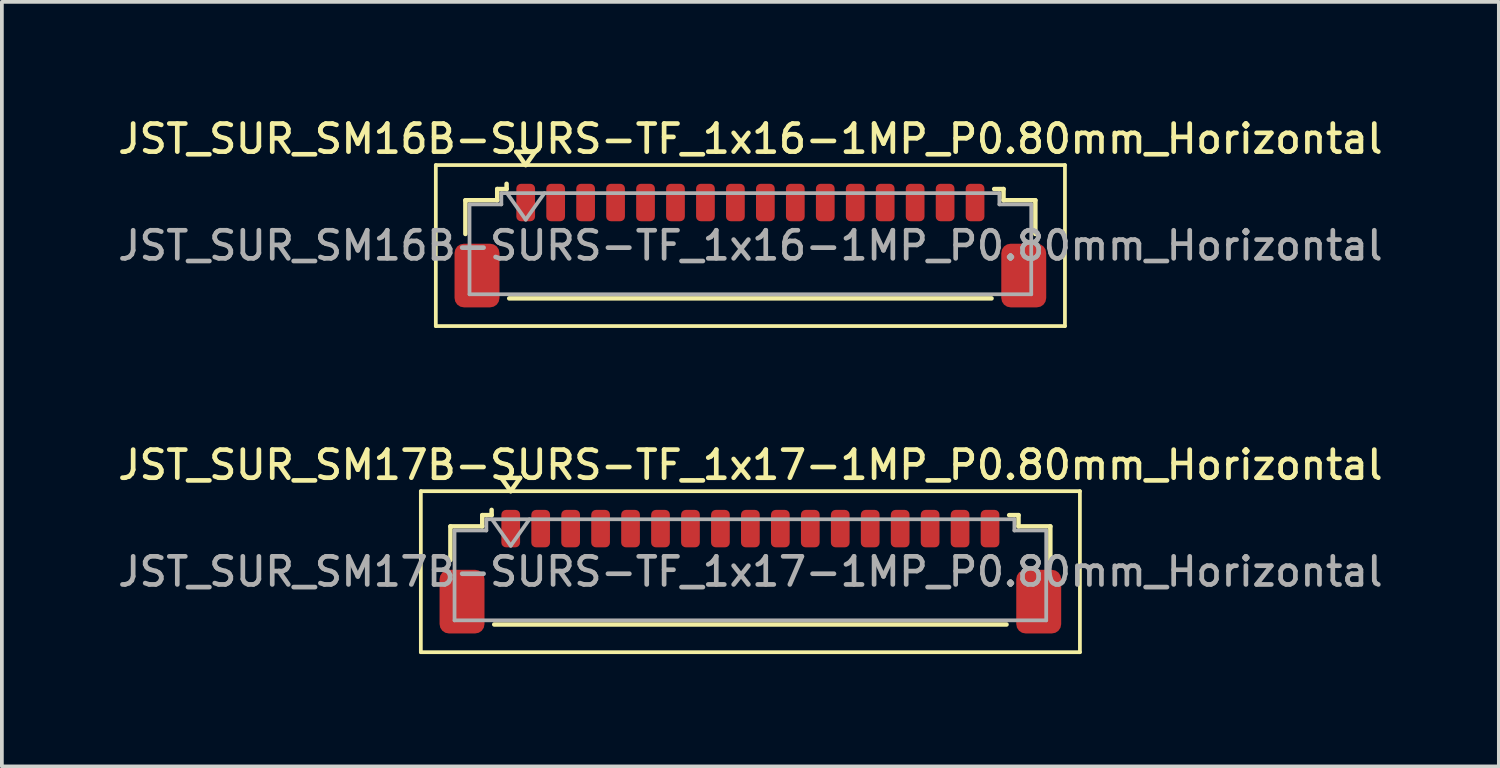
<source format=kicad_pcb>
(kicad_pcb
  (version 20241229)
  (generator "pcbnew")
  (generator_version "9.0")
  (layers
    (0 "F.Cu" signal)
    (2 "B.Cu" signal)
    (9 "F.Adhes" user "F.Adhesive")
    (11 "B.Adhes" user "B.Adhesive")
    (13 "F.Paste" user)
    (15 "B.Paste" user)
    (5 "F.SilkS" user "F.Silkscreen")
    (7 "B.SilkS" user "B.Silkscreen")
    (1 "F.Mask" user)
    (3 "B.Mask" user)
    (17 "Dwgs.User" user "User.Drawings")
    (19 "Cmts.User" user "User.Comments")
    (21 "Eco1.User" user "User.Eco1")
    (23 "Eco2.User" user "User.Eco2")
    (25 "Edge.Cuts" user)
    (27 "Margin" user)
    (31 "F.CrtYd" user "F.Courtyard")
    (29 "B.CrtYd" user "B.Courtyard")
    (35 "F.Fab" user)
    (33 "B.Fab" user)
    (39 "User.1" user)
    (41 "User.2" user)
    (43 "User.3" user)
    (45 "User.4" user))
  (footprint "JST_SUR_SM16B-SURS-TF_1x16-1MP_P0.80mm_Horizontal"
    (layer "F.Cu")
    (at 16.988 3.508)
    (property "Reference" "JST_SUR_SM16B-SURS-TF_1x16-1MP_P0.80mm_Horizontal" (at 0 -2.85 0) (layer "F.SilkS") (effects (font (size 0.75 0.75) (thickness 0.125))))
    (attr smd)
    (fp_line (start -8.4 -2.15) (end -8.4 2.15) (stroke (width 0.1) (type solid)) (layer "F.SilkS"))
    (fp_line (start -8.4 2.15) (end 8.4 2.15) (stroke (width 0.1) (type solid)) (layer "F.SilkS"))
    (fp_line (start -7.61 -1.21) (end -6.76 -1.21) (stroke (width 0.12) (type solid)) (layer "F.SilkS"))
    (fp_line (start -7.61 -0.31) (end -7.61 -1.21) (stroke (width 0.12) (type solid)) (layer "F.SilkS"))
    (fp_line (start -6.76 -1.51) (end -6.51 -1.51) (stroke (width 0.12) (type solid)) (layer "F.SilkS"))
    (fp_line (start -6.76 -1.21) (end -6.76 -1.51) (stroke (width 0.12) (type solid)) (layer "F.SilkS"))
    (fp_line (start -6.51 -1.51) (end -6.51 -1.65) (stroke (width 0.12) (type solid)) (layer "F.SilkS"))
    (fp_line (start -6.44 1.41) (end 6.44 1.41) (stroke (width 0.12) (type solid)) (layer "F.SilkS"))
    (fp_line (start -6.25 -2.504) (end -6 -2.15) (stroke (width 0.12) (type solid)) (layer "F.SilkS"))
    (fp_line (start -6 -2.15) (end -5.75 -2.504) (stroke (width 0.12) (type solid)) (layer "F.SilkS"))
    (fp_line (start -5.75 -2.504) (end -6.25 -2.504) (stroke (width 0.12) (type solid)) (layer "F.SilkS"))
    (fp_line (start 6.76 -1.51) (end 6.51 -1.51) (stroke (width 0.12) (type solid)) (layer "F.SilkS"))
    (fp_line (start 6.76 -1.21) (end 6.76 -1.51) (stroke (width 0.12) (type solid)) (layer "F.SilkS"))
    (fp_line (start 7.61 -1.21) (end 6.76 -1.21) (stroke (width 0.12) (type solid)) (layer "F.SilkS"))
    (fp_line (start 7.61 -0.31) (end 7.61 -1.21) (stroke (width 0.12) (type solid)) (layer "F.SilkS"))
    (fp_line (start 8.4 -2.15) (end -8.4 -2.15) (stroke (width 0.1) (type solid)) (layer "F.SilkS"))
    (fp_line (start 8.4 2.15) (end 8.4 -2.15) (stroke (width 0.1) (type solid)) (layer "F.SilkS"))
    (fp_line (start -7.5 -1.1) (end -7.5 1.3) (stroke (width 0.1) (type solid)) (layer "F.Fab"))
    (fp_line (start -7.5 -1.1) (end -6.65 -1.1) (stroke (width 0.1) (type solid)) (layer "F.Fab"))
    (fp_line (start -7.5 1.3) (end 7.5 1.3) (stroke (width 0.1) (type solid)) (layer "F.Fab"))
    (fp_line (start -6.65 -1.4) (end 6.65 -1.4) (stroke (width 0.1) (type solid)) (layer "F.Fab"))
    (fp_line (start -6.65 -1.1) (end -6.65 -1.4) (stroke (width 0.1) (type solid)) (layer "F.Fab"))
    (fp_line (start -6.5 -1.4) (end -6 -0.693) (stroke (width 0.1) (type solid)) (layer "F.Fab"))
    (fp_line (start -6 -0.693) (end -5.5 -1.4) (stroke (width 0.1) (type solid)) (layer "F.Fab"))
    (fp_line (start 6.65 -1.4) (end 6.65 -1.1) (stroke (width 0.1) (type solid)) (layer "F.Fab"))
    (fp_line (start 6.65 -1.1) (end 7.5 -1.1) (stroke (width 0.1) (type solid)) (layer "F.Fab"))
    (fp_line (start 7.5 -1.1) (end 7.5 1.3) (stroke (width 0.1) (type solid)) (layer "F.Fab"))
    (fp_text user "${REFERENCE}" (at 0 0 0) (layer "F.Fab") (effects (font (size 0.75 0.75) (thickness 0.125))))
    (pad "1" smd roundrect (at -6 -1.15) (size 0.5 1) (layers "F.Cu" "F.Mask" "F.Paste") (roundrect_rratio 0.25))
    (pad "2" smd roundrect (at -5.2 -1.15) (size 0.5 1) (layers "F.Cu" "F.Mask" "F.Paste") (roundrect_rratio 0.25))
    (pad "3" smd roundrect (at -4.4 -1.15) (size 0.5 1) (layers "F.Cu" "F.Mask" "F.Paste") (roundrect_rratio 0.25))
    (pad "4" smd roundrect (at -3.6 -1.15) (size 0.5 1) (layers "F.Cu" "F.Mask" "F.Paste") (roundrect_rratio 0.25))
    (pad "5" smd roundrect (at -2.8 -1.15) (size 0.5 1) (layers "F.Cu" "F.Mask" "F.Paste") (roundrect_rratio 0.25))
    (pad "6" smd roundrect (at -2 -1.15) (size 0.5 1) (layers "F.Cu" "F.Mask" "F.Paste") (roundrect_rratio 0.25))
    (pad "7" smd roundrect (at -1.2 -1.15) (size 0.5 1) (layers "F.Cu" "F.Mask" "F.Paste") (roundrect_rratio 0.25))
    (pad "8" smd roundrect (at -0.4 -1.15) (size 0.5 1) (layers "F.Cu" "F.Mask" "F.Paste") (roundrect_rratio 0.25))
    (pad "9" smd roundrect (at 0.4 -1.15) (size 0.5 1) (layers "F.Cu" "F.Mask" "F.Paste") (roundrect_rratio 0.25))
    (pad "10" smd roundrect (at 1.2 -1.15) (size 0.5 1) (layers "F.Cu" "F.Mask" "F.Paste") (roundrect_rratio 0.25))
    (pad "11" smd roundrect (at 2 -1.15) (size 0.5 1) (layers "F.Cu" "F.Mask" "F.Paste") (roundrect_rratio 0.25))
    (pad "12" smd roundrect (at 2.8 -1.15) (size 0.5 1) (layers "F.Cu" "F.Mask" "F.Paste") (roundrect_rratio 0.25))
    (pad "13" smd roundrect (at 3.6 -1.15) (size 0.5 1) (layers "F.Cu" "F.Mask" "F.Paste") (roundrect_rratio 0.25))
    (pad "14" smd roundrect (at 4.4 -1.15) (size 0.5 1) (layers "F.Cu" "F.Mask" "F.Paste") (roundrect_rratio 0.25))
    (pad "15" smd roundrect (at 5.2 -1.15) (size 0.5 1) (layers "F.Cu" "F.Mask" "F.Paste") (roundrect_rratio 0.25))
    (pad "16" smd roundrect (at 6 -1.15) (size 0.5 1) (layers "F.Cu" "F.Mask" "F.Paste") (roundrect_rratio 0.25))
    (pad "MP" smd roundrect (at -7.3 0.8) (size 1.2 1.7) (layers "F.Cu" "F.Mask" "F.Paste") (roundrect_rratio 0.208))
    (pad "MP" smd roundrect (at 7.3 0.8) (size 1.2 1.7) (layers "F.Cu" "F.Mask" "F.Paste") (roundrect_rratio 0.208)))
  (footprint "JST_SUR_SM17B-SURS-TF_1x17-1MP_P0.80mm_Horizontal"
    (layer "F.Cu")
    (at 16.988 12.216)
    (property "Reference" "JST_SUR_SM17B-SURS-TF_1x17-1MP_P0.80mm_Horizontal" (at 0 -2.85 0) (layer "F.SilkS") (effects (font (size 0.75 0.75) (thickness 0.125))))
    (attr smd)
    (fp_line (start -8.8 -2.15) (end -8.8 2.15) (stroke (width 0.1) (type solid)) (layer "F.SilkS"))
    (fp_line (start -8.8 2.15) (end 8.8 2.15) (stroke (width 0.1) (type solid)) (layer "F.SilkS"))
    (fp_line (start -8.01 -1.21) (end -7.16 -1.21) (stroke (width 0.12) (type solid)) (layer "F.SilkS"))
    (fp_line (start -8.01 -0.31) (end -8.01 -1.21) (stroke (width 0.12) (type solid)) (layer "F.SilkS"))
    (fp_line (start -7.16 -1.51) (end -6.91 -1.51) (stroke (width 0.12) (type solid)) (layer "F.SilkS"))
    (fp_line (start -7.16 -1.21) (end -7.16 -1.51) (stroke (width 0.12) (type solid)) (layer "F.SilkS"))
    (fp_line (start -6.91 -1.51) (end -6.91 -1.65) (stroke (width 0.12) (type solid)) (layer "F.SilkS"))
    (fp_line (start -6.84 1.41) (end 6.84 1.41) (stroke (width 0.12) (type solid)) (layer "F.SilkS"))
    (fp_line (start -6.65 -2.504) (end -6.4 -2.15) (stroke (width 0.12) (type solid)) (layer "F.SilkS"))
    (fp_line (start -6.4 -2.15) (end -6.15 -2.504) (stroke (width 0.12) (type solid)) (layer "F.SilkS"))
    (fp_line (start -6.15 -2.504) (end -6.65 -2.504) (stroke (width 0.12) (type solid)) (layer "F.SilkS"))
    (fp_line (start 7.16 -1.51) (end 6.91 -1.51) (stroke (width 0.12) (type solid)) (layer "F.SilkS"))
    (fp_line (start 7.16 -1.21) (end 7.16 -1.51) (stroke (width 0.12) (type solid)) (layer "F.SilkS"))
    (fp_line (start 8.01 -1.21) (end 7.16 -1.21) (stroke (width 0.12) (type solid)) (layer "F.SilkS"))
    (fp_line (start 8.01 -0.31) (end 8.01 -1.21) (stroke (width 0.12) (type solid)) (layer "F.SilkS"))
    (fp_line (start 8.8 -2.15) (end -8.8 -2.15) (stroke (width 0.1) (type solid)) (layer "F.SilkS"))
    (fp_line (start 8.8 2.15) (end 8.8 -2.15) (stroke (width 0.1) (type solid)) (layer "F.SilkS"))
    (fp_line (start -7.9 -1.1) (end -7.9 1.3) (stroke (width 0.1) (type solid)) (layer "F.Fab"))
    (fp_line (start -7.9 -1.1) (end -7.05 -1.1) (stroke (width 0.1) (type solid)) (layer "F.Fab"))
    (fp_line (start -7.9 1.3) (end 7.9 1.3) (stroke (width 0.1) (type solid)) (layer "F.Fab"))
    (fp_line (start -7.05 -1.4) (end 7.05 -1.4) (stroke (width 0.1) (type solid)) (layer "F.Fab"))
    (fp_line (start -7.05 -1.1) (end -7.05 -1.4) (stroke (width 0.1) (type solid)) (layer "F.Fab"))
    (fp_line (start -6.9 -1.4) (end -6.4 -0.693) (stroke (width 0.1) (type solid)) (layer "F.Fab"))
    (fp_line (start -6.4 -0.693) (end -5.9 -1.4) (stroke (width 0.1) (type solid)) (layer "F.Fab"))
    (fp_line (start 7.05 -1.4) (end 7.05 -1.1) (stroke (width 0.1) (type solid)) (layer "F.Fab"))
    (fp_line (start 7.05 -1.1) (end 7.9 -1.1) (stroke (width 0.1) (type solid)) (layer "F.Fab"))
    (fp_line (start 7.9 -1.1) (end 7.9 1.3) (stroke (width 0.1) (type solid)) (layer "F.Fab"))
    (fp_text user "${REFERENCE}" (at 0 0 0) (layer "F.Fab") (effects (font (size 0.75 0.75) (thickness 0.125))))
    (pad "1" smd roundrect (at -6.4 -1.15) (size 0.5 1) (layers "F.Cu" "F.Mask" "F.Paste") (roundrect_rratio 0.25))
    (pad "2" smd roundrect (at -5.6 -1.15) (size 0.5 1) (layers "F.Cu" "F.Mask" "F.Paste") (roundrect_rratio 0.25))
    (pad "3" smd roundrect (at -4.8 -1.15) (size 0.5 1) (layers "F.Cu" "F.Mask" "F.Paste") (roundrect_rratio 0.25))
    (pad "4" smd roundrect (at -4 -1.15) (size 0.5 1) (layers "F.Cu" "F.Mask" "F.Paste") (roundrect_rratio 0.25))
    (pad "5" smd roundrect (at -3.2 -1.15) (size 0.5 1) (layers "F.Cu" "F.Mask" "F.Paste") (roundrect_rratio 0.25))
    (pad "6" smd roundrect (at -2.4 -1.15) (size 0.5 1) (layers "F.Cu" "F.Mask" "F.Paste") (roundrect_rratio 0.25))
    (pad "7" smd roundrect (at -1.6 -1.15) (size 0.5 1) (layers "F.Cu" "F.Mask" "F.Paste") (roundrect_rratio 0.25))
    (pad "8" smd roundrect (at -0.8 -1.15) (size 0.5 1) (layers "F.Cu" "F.Mask" "F.Paste") (roundrect_rratio 0.25))
    (pad "9" smd roundrect (at 0 -1.15) (size 0.5 1) (layers "F.Cu" "F.Mask" "F.Paste") (roundrect_rratio 0.25))
    (pad "10" smd roundrect (at 0.8 -1.15) (size 0.5 1) (layers "F.Cu" "F.Mask" "F.Paste") (roundrect_rratio 0.25))
    (pad "11" smd roundrect (at 1.6 -1.15) (size 0.5 1) (layers "F.Cu" "F.Mask" "F.Paste") (roundrect_rratio 0.25))
    (pad "12" smd roundrect (at 2.4 -1.15) (size 0.5 1) (layers "F.Cu" "F.Mask" "F.Paste") (roundrect_rratio 0.25))
    (pad "13" smd roundrect (at 3.2 -1.15) (size 0.5 1) (layers "F.Cu" "F.Mask" "F.Paste") (roundrect_rratio 0.25))
    (pad "14" smd roundrect (at 4 -1.15) (size 0.5 1) (layers "F.Cu" "F.Mask" "F.Paste") (roundrect_rratio 0.25))
    (pad "15" smd roundrect (at 4.8 -1.15) (size 0.5 1) (layers "F.Cu" "F.Mask" "F.Paste") (roundrect_rratio 0.25))
    (pad "16" smd roundrect (at 5.6 -1.15) (size 0.5 1) (layers "F.Cu" "F.Mask" "F.Paste") (roundrect_rratio 0.25))
    (pad "17" smd roundrect (at 6.4 -1.15) (size 0.5 1) (layers "F.Cu" "F.Mask" "F.Paste") (roundrect_rratio 0.25))
    (pad "MP" smd roundrect (at -7.7 0.8) (size 1.2 1.7) (layers "F.Cu" "F.Mask" "F.Paste") (roundrect_rratio 0.208))
    (pad "MP" smd roundrect (at 7.7 0.8) (size 1.2 1.7) (layers "F.Cu" "F.Mask" "F.Paste") (roundrect_rratio 0.208)))
  (gr_rect
    (start -3 -3)
    (end 36.975 17.416)
    (stroke (width 0.1) (type default))
    (fill no)
    (layer "Edge.Cuts")))
</source>
